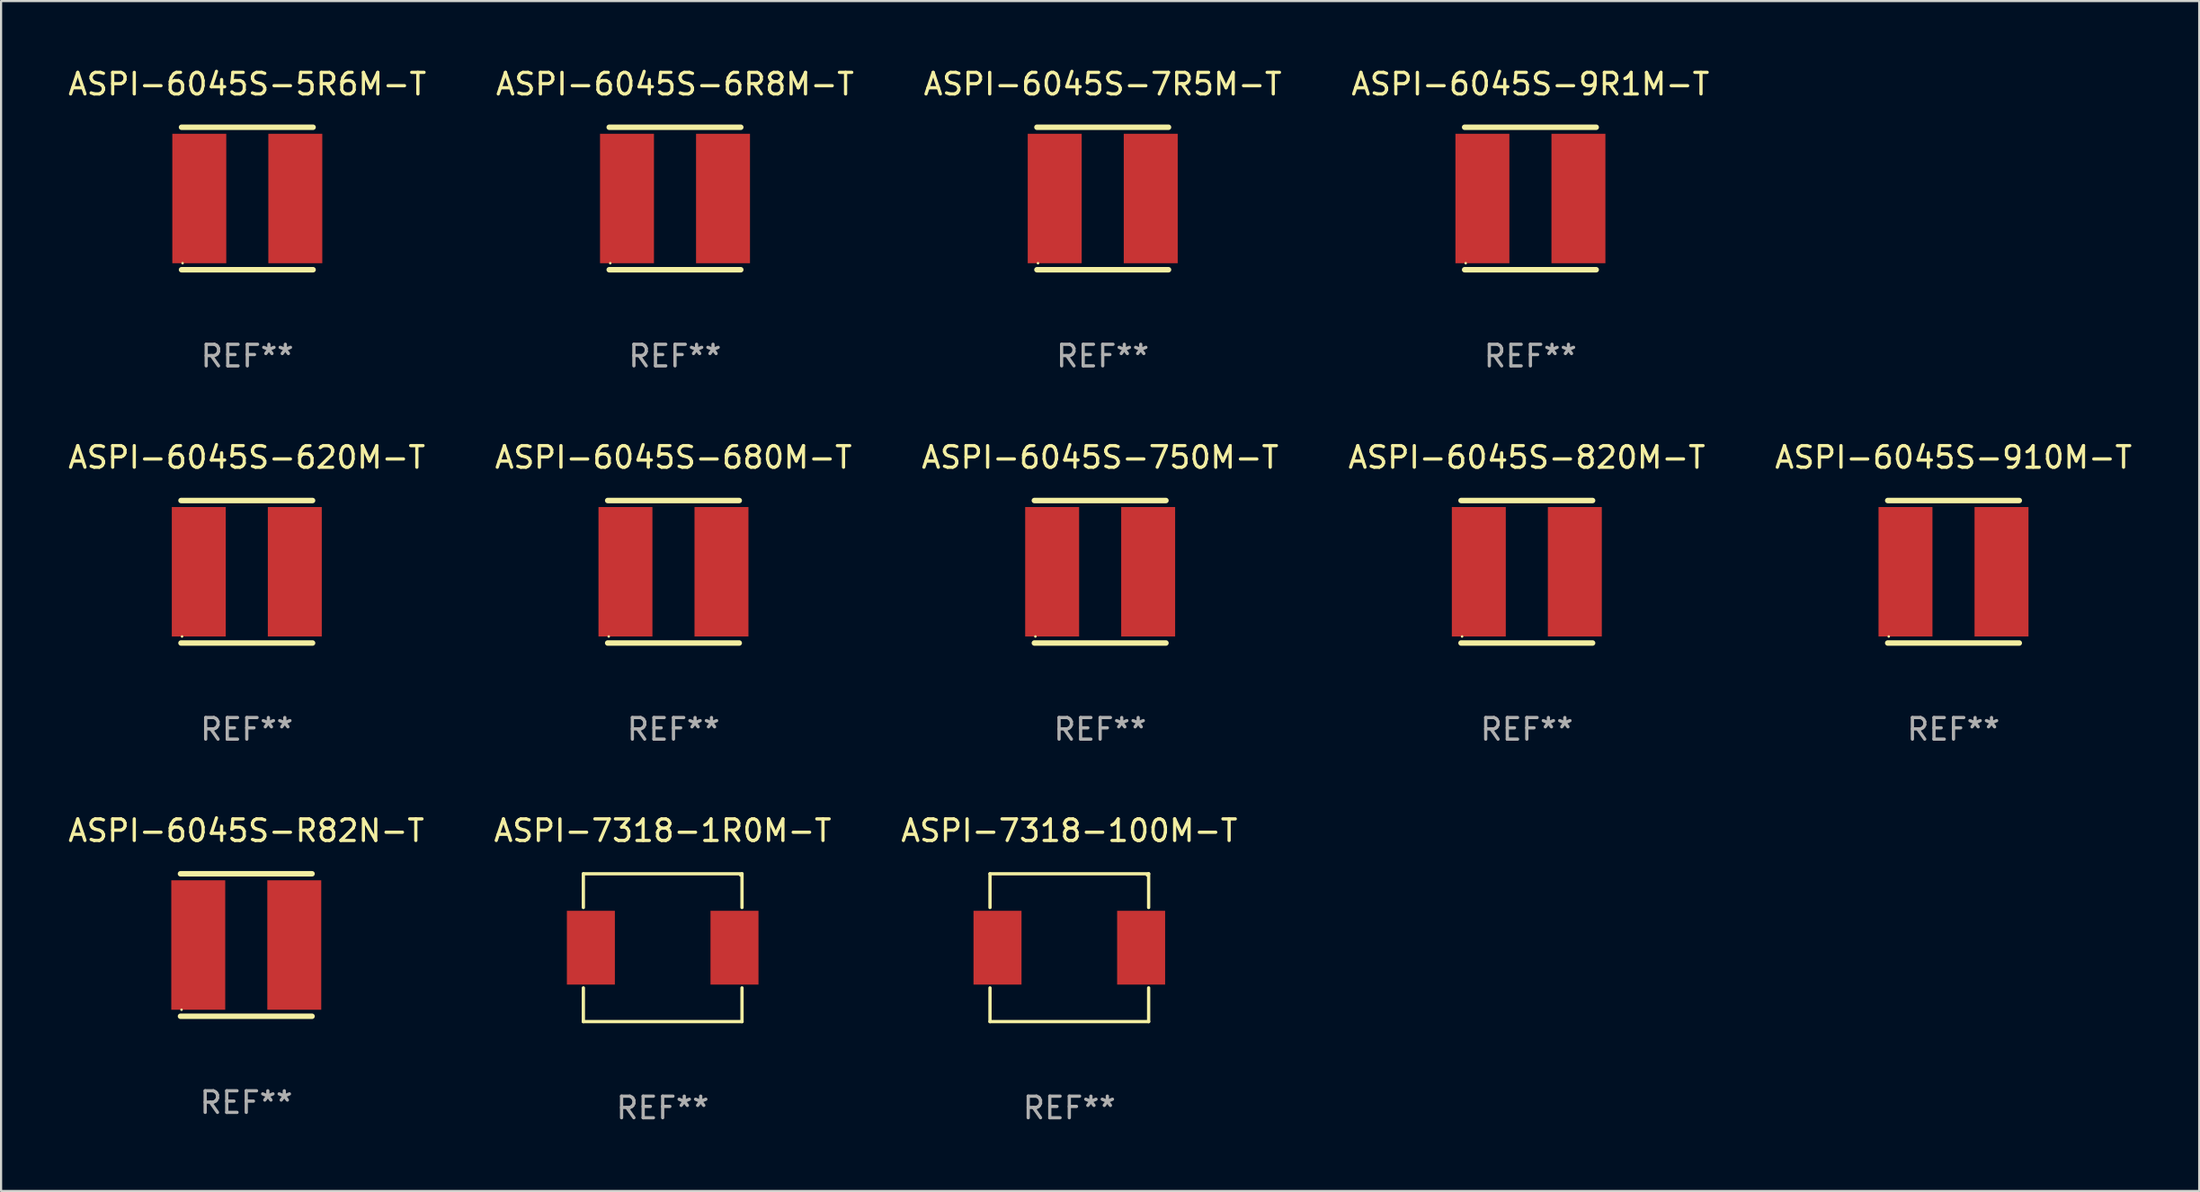
<source format=kicad_pcb>
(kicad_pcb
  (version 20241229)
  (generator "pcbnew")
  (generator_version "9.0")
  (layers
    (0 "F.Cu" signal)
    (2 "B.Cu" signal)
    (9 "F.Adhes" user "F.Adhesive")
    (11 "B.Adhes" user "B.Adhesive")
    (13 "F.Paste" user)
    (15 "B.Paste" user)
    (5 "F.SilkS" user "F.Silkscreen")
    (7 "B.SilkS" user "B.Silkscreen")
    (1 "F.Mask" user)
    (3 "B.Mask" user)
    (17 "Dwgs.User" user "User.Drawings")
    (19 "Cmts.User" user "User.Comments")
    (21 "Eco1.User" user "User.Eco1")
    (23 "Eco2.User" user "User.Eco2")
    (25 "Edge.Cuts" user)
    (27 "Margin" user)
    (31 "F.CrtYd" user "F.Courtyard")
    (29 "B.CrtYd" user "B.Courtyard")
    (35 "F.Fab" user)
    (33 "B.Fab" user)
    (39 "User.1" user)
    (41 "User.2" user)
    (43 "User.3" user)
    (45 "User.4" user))
  (footprint "ASPI-6045S-6R8M-T"
    (layer "F.Cu")
    (at 28.232 6.15)
    (property "Reference" "ASPI-6045S-6R8M-T" (at 0 -5.302 0) (layer "F.SilkS") (effects (font (size 1 1) (thickness 0.15))))
    (attr through_hole)
    (fp_line (start -3.048 3.302) (end 3.048 3.302) (stroke (width 0.254) (type solid)) (layer "F.SilkS"))
    (fp_line (start 3.048 -3.302) (end -3.048 -3.302) (stroke (width 0.254) (type solid)) (layer "F.SilkS"))
    (fp_circle (center -3 3) (end -2.97 3) (stroke (width 0.06) (type solid)) (fill no) (layer "F.SilkS"))
    (fp_text user "REF**" (at 0 7.302 0) (layer "F.Fab") (effects (font (size 1 1) (thickness 0.15))))
    (pad "1" smd rect (at -2.225 0) (size 2.5 6) (layers "F.Cu" "F.Mask" "F.Paste"))
    (pad "2" smd rect (at 2.225 0) (size 2.5 6) (layers "F.Cu" "F.Mask" "F.Paste")))
  (footprint "ASPI-7318-1R0M-T"
    (layer "F.Cu")
    (at 27.661 40.875)
    (property "Reference" "ASPI-7318-1R0M-T" (at 0 -5.426 0) (layer "F.SilkS") (effects (font (size 1 1) (thickness 0.15))))
    (attr through_hole)
    (fp_line (start -3.676 -3.426) (end 3.676 -3.426) (stroke (width 0.152) (type solid)) (layer "F.SilkS"))
    (fp_line (start -3.676 -1.862) (end -3.676 -3.426) (stroke (width 0.152) (type solid)) (layer "F.SilkS"))
    (fp_line (start -3.676 1.862) (end -3.676 3.426) (stroke (width 0.152) (type solid)) (layer "F.SilkS"))
    (fp_line (start -3.676 3.426) (end 3.676 3.426) (stroke (width 0.152) (type solid)) (layer "F.SilkS"))
    (fp_line (start 3.676 -3.426) (end 3.676 -1.862) (stroke (width 0.152) (type solid)) (layer "F.SilkS"))
    (fp_line (start 3.676 3.426) (end 3.676 1.862) (stroke (width 0.152) (type solid)) (layer "F.SilkS"))
    (fp_circle (center 3.6 -3.35) (end 3.63 -3.35) (stroke (width 0.06) (type solid)) (fill no) (layer "F.SilkS"))
    (fp_text user "REF**" (at 0 7.426 0) (layer "F.Fab") (effects (font (size 1 1) (thickness 0.15))))
    (pad "1" smd rect (at 3.328 0) (size 2.224 3.42) (layers "F.Cu" "F.Mask" "F.Paste"))
    (pad "2" smd rect (at -3.328 0) (size 2.224 3.42) (layers "F.Cu" "F.Mask" "F.Paste")))
  (footprint "ASPI-6045S-7R5M-T"
    (layer "F.Cu")
    (at 48.054 6.15)
    (property "Reference" "ASPI-6045S-7R5M-T" (at 0 -5.302 0) (layer "F.SilkS") (effects (font (size 1 1) (thickness 0.15))))
    (attr through_hole)
    (fp_line (start -3.048 3.302) (end 3.048 3.302) (stroke (width 0.254) (type solid)) (layer "F.SilkS"))
    (fp_line (start 3.048 -3.302) (end -3.048 -3.302) (stroke (width 0.254) (type solid)) (layer "F.SilkS"))
    (fp_circle (center -3 3) (end -2.97 3) (stroke (width 0.06) (type solid)) (fill no) (layer "F.SilkS"))
    (fp_text user "REF**" (at 0 7.302 0) (layer "F.Fab") (effects (font (size 1 1) (thickness 0.15))))
    (pad "1" smd rect (at -2.225 0) (size 2.5 6) (layers "F.Cu" "F.Mask" "F.Paste"))
    (pad "2" smd rect (at 2.225 0) (size 2.5 6) (layers "F.Cu" "F.Mask" "F.Paste")))
  (footprint "ASPI-6045S-820M-T"
    (layer "F.Cu")
    (at 67.708 23.451)
    (property "Reference" "ASPI-6045S-820M-T" (at 0 -5.302 0) (layer "F.SilkS") (effects (font (size 1 1) (thickness 0.15))))
    (attr through_hole)
    (fp_line (start -3.048 3.302) (end 3.048 3.302) (stroke (width 0.254) (type solid)) (layer "F.SilkS"))
    (fp_line (start 3.048 -3.302) (end -3.048 -3.302) (stroke (width 0.254) (type solid)) (layer "F.SilkS"))
    (fp_circle (center -3 3) (end -2.97 3) (stroke (width 0.06) (type solid)) (fill no) (layer "F.SilkS"))
    (fp_text user "REF**" (at 0 7.302 0) (layer "F.Fab") (effects (font (size 1 1) (thickness 0.15))))
    (pad "1" smd rect (at -2.225 0) (size 2.5 6) (layers "F.Cu" "F.Mask" "F.Paste"))
    (pad "2" smd rect (at 2.225 0) (size 2.5 6) (layers "F.Cu" "F.Mask" "F.Paste")))
  (footprint "ASPI-6045S-9R1M-T"
    (layer "F.Cu")
    (at 67.875 6.15)
    (property "Reference" "ASPI-6045S-9R1M-T" (at 0 -5.302 0) (layer "F.SilkS") (effects (font (size 1 1) (thickness 0.15))))
    (attr through_hole)
    (fp_line (start -3.048 3.302) (end 3.048 3.302) (stroke (width 0.254) (type solid)) (layer "F.SilkS"))
    (fp_line (start 3.048 -3.302) (end -3.048 -3.302) (stroke (width 0.254) (type solid)) (layer "F.SilkS"))
    (fp_circle (center -3 3) (end -2.97 3) (stroke (width 0.06) (type solid)) (fill no) (layer "F.SilkS"))
    (fp_text user "REF**" (at 0 7.302 0) (layer "F.Fab") (effects (font (size 1 1) (thickness 0.15))))
    (pad "1" smd rect (at -2.225 0) (size 2.5 6) (layers "F.Cu" "F.Mask" "F.Paste"))
    (pad "2" smd rect (at 2.225 0) (size 2.5 6) (layers "F.Cu" "F.Mask" "F.Paste")))
  (footprint "ASPI-6045S-5R6M-T"
    (layer "F.Cu")
    (at 8.411 6.15)
    (property "Reference" "ASPI-6045S-5R6M-T" (at 0 -5.302 0) (layer "F.SilkS") (effects (font (size 1 1) (thickness 0.15))))
    (attr through_hole)
    (fp_line (start -3.048 3.302) (end 3.048 3.302) (stroke (width 0.254) (type solid)) (layer "F.SilkS"))
    (fp_line (start 3.048 -3.302) (end -3.048 -3.302) (stroke (width 0.254) (type solid)) (layer "F.SilkS"))
    (fp_circle (center -3 3) (end -2.97 3) (stroke (width 0.06) (type solid)) (fill no) (layer "F.SilkS"))
    (fp_text user "REF**" (at 0 7.302 0) (layer "F.Fab") (effects (font (size 1 1) (thickness 0.15))))
    (pad "1" smd rect (at -2.225 0) (size 2.5 6) (layers "F.Cu" "F.Mask" "F.Paste"))
    (pad "2" smd rect (at 2.225 0) (size 2.5 6) (layers "F.Cu" "F.Mask" "F.Paste")))
  (footprint "ASPI-6045S-910M-T"
    (layer "F.Cu")
    (at 87.482 23.451)
    (property "Reference" "ASPI-6045S-910M-T" (at 0 -5.302 0) (layer "F.SilkS") (effects (font (size 1 1) (thickness 0.15))))
    (attr through_hole)
    (fp_line (start -3.048 3.302) (end 3.048 3.302) (stroke (width 0.254) (type solid)) (layer "F.SilkS"))
    (fp_line (start 3.048 -3.302) (end -3.048 -3.302) (stroke (width 0.254) (type solid)) (layer "F.SilkS"))
    (fp_circle (center -3 3) (end -2.97 3) (stroke (width 0.06) (type solid)) (fill no) (layer "F.SilkS"))
    (fp_text user "REF**" (at 0 7.302 0) (layer "F.Fab") (effects (font (size 1 1) (thickness 0.15))))
    (pad "1" smd rect (at -2.225 0) (size 2.5 6) (layers "F.Cu" "F.Mask" "F.Paste"))
    (pad "2" smd rect (at 2.225 0) (size 2.5 6) (layers "F.Cu" "F.Mask" "F.Paste")))
  (footprint "ASPI-7318-100M-T"
    (layer "F.Cu")
    (at 46.506 40.875)
    (property "Reference" "ASPI-7318-100M-T" (at 0 -5.426 0) (layer "F.SilkS") (effects (font (size 1 1) (thickness 0.15))))
    (attr through_hole)
    (fp_line (start -3.676 -3.426) (end 3.676 -3.426) (stroke (width 0.152) (type solid)) (layer "F.SilkS"))
    (fp_line (start -3.676 -1.862) (end -3.676 -3.426) (stroke (width 0.152) (type solid)) (layer "F.SilkS"))
    (fp_line (start -3.676 1.862) (end -3.676 3.426) (stroke (width 0.152) (type solid)) (layer "F.SilkS"))
    (fp_line (start -3.676 3.426) (end 3.676 3.426) (stroke (width 0.152) (type solid)) (layer "F.SilkS"))
    (fp_line (start 3.676 -3.426) (end 3.676 -1.862) (stroke (width 0.152) (type solid)) (layer "F.SilkS"))
    (fp_line (start 3.676 3.426) (end 3.676 1.862) (stroke (width 0.152) (type solid)) (layer "F.SilkS"))
    (fp_circle (center 3.6 -3.35) (end 3.63 -3.35) (stroke (width 0.06) (type solid)) (fill no) (layer "F.SilkS"))
    (fp_text user "REF**" (at 0 7.426 0) (layer "F.Fab") (effects (font (size 1 1) (thickness 0.15))))
    (pad "1" smd rect (at 3.328 0) (size 2.224 3.42) (layers "F.Cu" "F.Mask" "F.Paste"))
    (pad "2" smd rect (at -3.328 0) (size 2.224 3.42) (layers "F.Cu" "F.Mask" "F.Paste")))
  (footprint "ASPI-6045S-620M-T"
    (layer "F.Cu")
    (at 8.387 23.451)
    (property "Reference" "ASPI-6045S-620M-T" (at 0 -5.302 0) (layer "F.SilkS") (effects (font (size 1 1) (thickness 0.15))))
    (attr through_hole)
    (fp_line (start -3.048 3.302) (end 3.048 3.302) (stroke (width 0.254) (type solid)) (layer "F.SilkS"))
    (fp_line (start 3.048 -3.302) (end -3.048 -3.302) (stroke (width 0.254) (type solid)) (layer "F.SilkS"))
    (fp_circle (center -3 3) (end -2.97 3) (stroke (width 0.06) (type solid)) (fill no) (layer "F.SilkS"))
    (fp_text user "REF**" (at 0 7.302 0) (layer "F.Fab") (effects (font (size 1 1) (thickness 0.15))))
    (pad "1" smd rect (at -2.225 0) (size 2.5 6) (layers "F.Cu" "F.Mask" "F.Paste"))
    (pad "2" smd rect (at 2.225 0) (size 2.5 6) (layers "F.Cu" "F.Mask" "F.Paste")))
  (footprint "ASPI-6045S-R82N-T"
    (layer "F.Cu")
    (at 8.363 40.751)
    (property "Reference" "ASPI-6045S-R82N-T" (at 0 -5.302 0) (layer "F.SilkS") (effects (font (size 1 1) (thickness 0.15))))
    (attr through_hole)
    (fp_line (start -3.048 3.302) (end 3.048 3.302) (stroke (width 0.254) (type solid)) (layer "F.SilkS"))
    (fp_line (start 3.048 -3.302) (end -3.048 -3.302) (stroke (width 0.254) (type solid)) (layer "F.SilkS"))
    (fp_circle (center -3 3) (end -2.97 3) (stroke (width 0.06) (type solid)) (fill no) (layer "F.SilkS"))
    (fp_text user "REF**" (at 0 7.302 0) (layer "F.Fab") (effects (font (size 1 1) (thickness 0.15))))
    (pad "1" smd rect (at -2.225 0) (size 2.5 6) (layers "F.Cu" "F.Mask" "F.Paste"))
    (pad "2" smd rect (at 2.225 0) (size 2.5 6) (layers "F.Cu" "F.Mask" "F.Paste")))
  (footprint "ASPI-6045S-750M-T"
    (layer "F.Cu")
    (at 47.935 23.451)
    (property "Reference" "ASPI-6045S-750M-T" (at 0 -5.302 0) (layer "F.SilkS") (effects (font (size 1 1) (thickness 0.15))))
    (attr through_hole)
    (fp_line (start -3.048 3.302) (end 3.048 3.302) (stroke (width 0.254) (type solid)) (layer "F.SilkS"))
    (fp_line (start 3.048 -3.302) (end -3.048 -3.302) (stroke (width 0.254) (type solid)) (layer "F.SilkS"))
    (fp_circle (center -3 3) (end -2.97 3) (stroke (width 0.06) (type solid)) (fill no) (layer "F.SilkS"))
    (fp_text user "REF**" (at 0 7.302 0) (layer "F.Fab") (effects (font (size 1 1) (thickness 0.15))))
    (pad "1" smd rect (at -2.225 0) (size 2.5 6) (layers "F.Cu" "F.Mask" "F.Paste"))
    (pad "2" smd rect (at 2.225 0) (size 2.5 6) (layers "F.Cu" "F.Mask" "F.Paste")))
  (footprint "ASPI-6045S-680M-T"
    (layer "F.Cu")
    (at 28.161 23.451)
    (property "Reference" "ASPI-6045S-680M-T" (at 0 -5.302 0) (layer "F.SilkS") (effects (font (size 1 1) (thickness 0.15))))
    (attr through_hole)
    (fp_line (start -3.048 3.302) (end 3.048 3.302) (stroke (width 0.254) (type solid)) (layer "F.SilkS"))
    (fp_line (start 3.048 -3.302) (end -3.048 -3.302) (stroke (width 0.254) (type solid)) (layer "F.SilkS"))
    (fp_circle (center -3 3) (end -2.97 3) (stroke (width 0.06) (type solid)) (fill no) (layer "F.SilkS"))
    (fp_text user "REF**" (at 0 7.302 0) (layer "F.Fab") (effects (font (size 1 1) (thickness 0.15))))
    (pad "1" smd rect (at -2.225 0) (size 2.5 6) (layers "F.Cu" "F.Mask" "F.Paste"))
    (pad "2" smd rect (at 2.225 0) (size 2.5 6) (layers "F.Cu" "F.Mask" "F.Paste")))
  (gr_rect
    (start -3 -3)
    (end 98.869 52.15)
    (stroke (width 0.1) (type default))
    (fill no)
    (layer "Edge.Cuts")))
</source>
